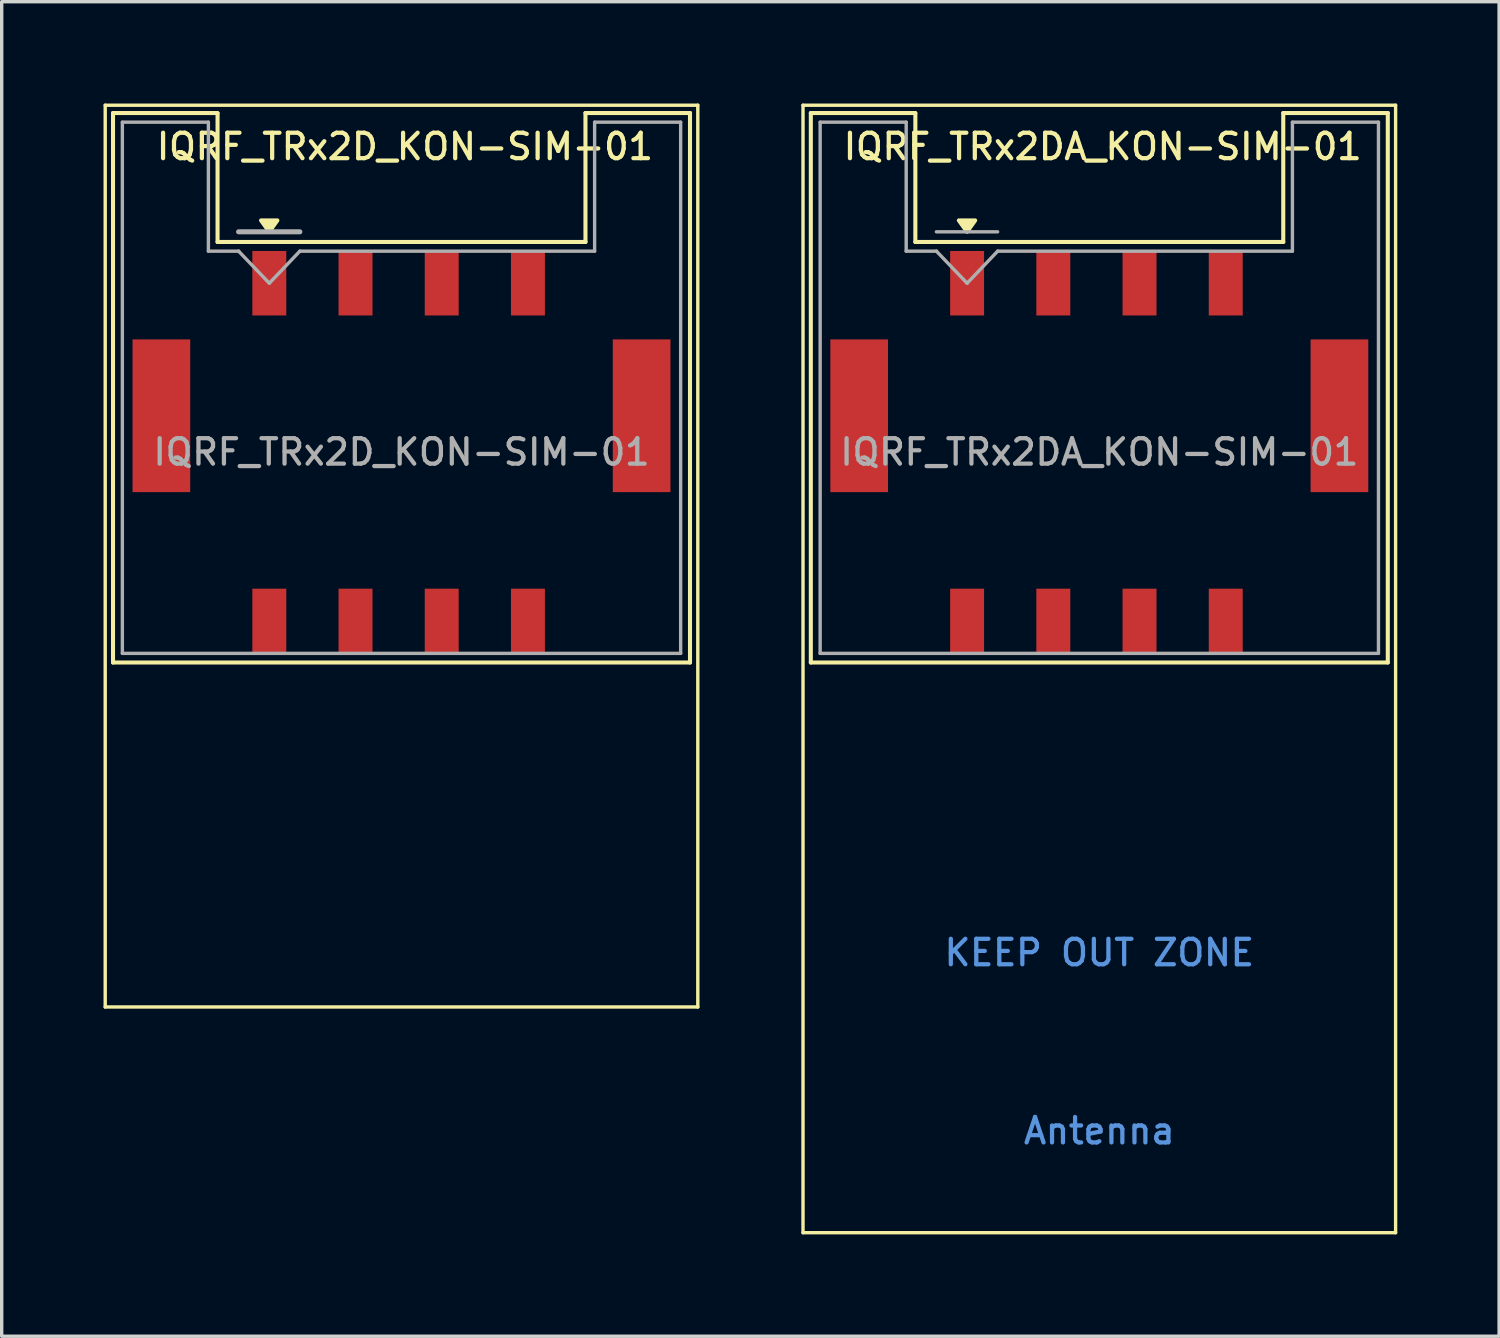
<source format=kicad_pcb>
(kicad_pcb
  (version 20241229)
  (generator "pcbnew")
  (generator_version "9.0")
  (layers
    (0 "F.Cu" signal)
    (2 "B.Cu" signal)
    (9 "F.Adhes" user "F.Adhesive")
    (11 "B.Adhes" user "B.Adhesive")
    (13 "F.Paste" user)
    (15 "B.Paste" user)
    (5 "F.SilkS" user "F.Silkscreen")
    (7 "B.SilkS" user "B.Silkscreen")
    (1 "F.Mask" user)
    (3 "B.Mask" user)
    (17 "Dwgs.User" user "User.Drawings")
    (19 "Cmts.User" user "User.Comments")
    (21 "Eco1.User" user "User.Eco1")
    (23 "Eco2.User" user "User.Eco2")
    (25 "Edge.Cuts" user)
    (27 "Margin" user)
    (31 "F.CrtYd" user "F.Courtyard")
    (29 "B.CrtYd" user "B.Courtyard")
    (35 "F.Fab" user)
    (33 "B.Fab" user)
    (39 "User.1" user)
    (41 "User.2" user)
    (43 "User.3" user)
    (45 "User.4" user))
  (footprint "IQRF_TRx2D_KON-SIM-01"
    (layer "F.Cu")
    (at 8.78 10.27)
    (property "Reference" "IQRF_TRx2D_KON-SIM-01" (at 0.1 -9 0) (layer "F.SilkS") (effects (font (size 0.75 0.75) (thickness 0.125))))
    (attr smd)
    (fp_line (start -8.73 -10.22) (end 8.73 -10.22) (stroke (width 0.1) (type solid)) (layer "F.SilkS"))
    (fp_line (start -8.73 16.35) (end -8.73 -10.22) (stroke (width 0.1) (type solid)) (layer "F.SilkS"))
    (fp_line (start -8.73 16.35) (end 8.73 16.35) (stroke (width 0.1) (type solid)) (layer "F.SilkS"))
    (fp_line (start -8.5 -9.99) (end -5.42 -9.99) (stroke (width 0.12) (type solid)) (layer "F.SilkS"))
    (fp_line (start -8.5 6.2) (end -8.5 -9.99) (stroke (width 0.12) (type solid)) (layer "F.SilkS"))
    (fp_line (start -8.5 6.2) (end 8.5 6.2) (stroke (width 0.12) (type solid)) (layer "F.SilkS"))
    (fp_line (start -5.42 -9.98) (end -5.42 -6.19) (stroke (width 0.12) (type solid)) (layer "F.SilkS"))
    (fp_line (start -5.42 -6.19) (end 5.42 -6.19) (stroke (width 0.12) (type solid)) (layer "F.SilkS"))
    (fp_line (start 5.42 -9.99) (end 8.5 -9.99) (stroke (width 0.12) (type solid)) (layer "F.SilkS"))
    (fp_line (start 5.42 -6.19) (end 5.42 -9.99) (stroke (width 0.12) (type solid)) (layer "F.SilkS"))
    (fp_line (start 8.5 6.2) (end 8.5 -9.99) (stroke (width 0.12) (type solid)) (layer "F.SilkS"))
    (fp_line (start 8.73 16.35) (end 8.73 -10.22) (stroke (width 0.1) (type solid)) (layer "F.SilkS"))
    (fp_poly (pts (xy -3.897 -6.49) (xy -4.138 -6.826) (xy -3.658 -6.826) (xy -3.897 -6.49)) (stroke (width 0.12) (type solid)) (fill yes) (layer "F.SilkS"))
    (fp_line (start -8.225 -9.72) (end -8.225 5.93) (stroke (width 0.1) (type solid)) (layer "F.Fab"))
    (fp_line (start -8.225 -9.72) (end -5.69 -9.72) (stroke (width 0.1) (type solid)) (layer "F.Fab"))
    (fp_line (start -8.225 5.93) (end 8.225 5.93) (stroke (width 0.1) (type solid)) (layer "F.Fab"))
    (fp_line (start -5.69 -9.72) (end -5.69 -5.92) (stroke (width 0.1) (type solid)) (layer "F.Fab"))
    (fp_line (start -5.69 -5.92) (end -4.795 -5.92) (stroke (width 0.1) (type solid)) (layer "F.Fab"))
    (fp_line (start -4.8 -6.49) (end -2.995 -6.49) (stroke (width 0.15) (type solid)) (layer "F.Fab"))
    (fp_line (start -4.8 -5.92) (end -3.895 -4.975) (stroke (width 0.1) (type solid)) (layer "F.Fab"))
    (fp_line (start -3.895 -4.975) (end -2.995 -5.92) (stroke (width 0.1) (type solid)) (layer "F.Fab"))
    (fp_line (start -2.995 -5.92) (end 5.69 -5.92) (stroke (width 0.1) (type solid)) (layer "F.Fab"))
    (fp_line (start 5.69 -9.72) (end 5.69 -5.92) (stroke (width 0.1) (type solid)) (layer "F.Fab"))
    (fp_line (start 5.69 -9.72) (end 8.225 -9.72) (stroke (width 0.1) (type solid)) (layer "F.Fab"))
    (fp_line (start 8.225 5.93) (end 8.225 -9.72) (stroke (width 0.1) (type solid)) (layer "F.Fab"))
    (fp_text user "${REFERENCE}" (at 0 0 0) (layer "F.Fab") (effects (font (size 0.75 0.75) (thickness 0.125))))
    (pad "" smd rect (at -7.075 -1.07) (size 1.7 4.5) (layers "F.Cu" "F.Mask" "F.Paste"))
    (pad "" smd rect (at 7.075 -1.07) (size 1.7 4.5) (layers "F.Cu" "F.Mask" "F.Paste"))
    (pad "C1" smd rect (at -3.895 -4.975) (size 1 1.9) (layers "F.Cu" "F.Mask" "F.Paste"))
    (pad "C2" smd rect (at -1.355 -4.975) (size 1 1.9) (layers "F.Cu" "F.Mask" "F.Paste"))
    (pad "C3" smd rect (at 1.185 -4.975) (size 1 1.9) (layers "F.Cu" "F.Mask" "F.Paste"))
    (pad "C4" smd rect (at 3.725 -4.975) (size 1 1.9) (layers "F.Cu" "F.Mask" "F.Paste"))
    (pad "C5" smd rect (at -3.895 4.975) (size 1 1.9) (layers "F.Cu" "F.Mask" "F.Paste"))
    (pad "C6" smd rect (at -1.355 4.975) (size 1 1.9) (layers "F.Cu" "F.Mask" "F.Paste"))
    (pad "C7" smd rect (at 1.185 4.975) (size 1 1.9) (layers "F.Cu" "F.Mask" "F.Paste"))
    (pad "C8" smd rect (at 3.725 4.975) (size 1 1.9) (layers "F.Cu" "F.Mask" "F.Paste")))
  (footprint "IQRF_TRx2DA_KON-SIM-01"
    (layer "F.Cu")
    (at 29.34 10.27)
    (property "Reference" "IQRF_TRx2DA_KON-SIM-01" (at 0.1 -9 0) (layer "F.SilkS") (effects (font (size 0.75 0.75) (thickness 0.125))))
    (attr smd)
    (fp_line (start -8.73 -10.22) (end 8.73 -10.22) (stroke (width 0.1) (type solid)) (layer "F.SilkS"))
    (fp_line (start -8.73 23) (end -8.73 -10.22) (stroke (width 0.1) (type solid)) (layer "F.SilkS"))
    (fp_line (start -8.73 23) (end 8.73 23) (stroke (width 0.1) (type solid)) (layer "F.SilkS"))
    (fp_line (start -8.5 -9.99) (end -5.42 -9.99) (stroke (width 0.12) (type solid)) (layer "F.SilkS"))
    (fp_line (start -8.5 6.2) (end -8.5 -9.99) (stroke (width 0.12) (type solid)) (layer "F.SilkS"))
    (fp_line (start -8.5 6.2) (end 8.5 6.2) (stroke (width 0.12) (type solid)) (layer "F.SilkS"))
    (fp_line (start -5.42 -9.98) (end -5.42 -6.19) (stroke (width 0.12) (type solid)) (layer "F.SilkS"))
    (fp_line (start -5.42 -6.19) (end 5.42 -6.19) (stroke (width 0.12) (type solid)) (layer "F.SilkS"))
    (fp_line (start 5.42 -9.99) (end 8.5 -9.99) (stroke (width 0.12) (type solid)) (layer "F.SilkS"))
    (fp_line (start 5.42 -6.19) (end 5.42 -9.99) (stroke (width 0.12) (type solid)) (layer "F.SilkS"))
    (fp_line (start 8.5 6.2) (end 8.5 -9.99) (stroke (width 0.12) (type solid)) (layer "F.SilkS"))
    (fp_line (start 8.73 23) (end 8.73 -10.22) (stroke (width 0.1) (type solid)) (layer "F.SilkS"))
    (fp_poly (pts (xy -3.897 -6.49) (xy -4.138 -6.826) (xy -3.658 -6.826) (xy -3.897 -6.49)) (stroke (width 0.12) (type solid)) (fill yes) (layer "F.SilkS"))
    (fp_line (start -8.225 -9.72) (end -8.225 5.93) (stroke (width 0.1) (type solid)) (layer "F.Fab"))
    (fp_line (start -8.225 -9.72) (end -5.69 -9.72) (stroke (width 0.1) (type solid)) (layer "F.Fab"))
    (fp_line (start -8.225 5.93) (end 8.225 5.93) (stroke (width 0.1) (type solid)) (layer "F.Fab"))
    (fp_line (start -5.69 -9.72) (end -5.69 -5.92) (stroke (width 0.1) (type solid)) (layer "F.Fab"))
    (fp_line (start -5.69 -5.92) (end -4.795 -5.92) (stroke (width 0.1) (type solid)) (layer "F.Fab"))
    (fp_line (start -4.8 -6.49) (end -2.995 -6.49) (stroke (width 0.1) (type solid)) (layer "F.Fab"))
    (fp_line (start -4.8 -5.92) (end -3.895 -4.975) (stroke (width 0.1) (type solid)) (layer "F.Fab"))
    (fp_line (start -3.895 -4.975) (end -2.995 -5.92) (stroke (width 0.1) (type solid)) (layer "F.Fab"))
    (fp_line (start -2.995 -5.92) (end 5.69 -5.92) (stroke (width 0.1) (type solid)) (layer "F.Fab"))
    (fp_line (start 5.69 -9.72) (end 5.69 -5.92) (stroke (width 0.1) (type solid)) (layer "F.Fab"))
    (fp_line (start 5.69 -9.72) (end 8.225 -9.72) (stroke (width 0.1) (type solid)) (layer "F.Fab"))
    (fp_line (start 8.225 5.93) (end 8.225 -9.72) (stroke (width 0.1) (type solid)) (layer "F.Fab"))
    (fp_text user "Antenna" (at 0 20 0) (layer "Cmts.User") (effects (font (size 0.75 0.75) (thickness 0.125))))
    (fp_text user "KEEP OUT ZONE" (at 0 14.75 0) (layer "Cmts.User") (effects (font (size 0.75 0.75) (thickness 0.125))))
    (fp_text user "${REFERENCE}" (at 0 0 0) (layer "F.Fab") (effects (font (size 0.75 0.75) (thickness 0.125))))
    (pad "" smd rect (at -7.075 -1.07) (size 1.7 4.5) (layers "F.Cu" "F.Mask" "F.Paste"))
    (pad "" smd rect (at 7.075 -1.07) (size 1.7 4.5) (layers "F.Cu" "F.Mask" "F.Paste"))
    (pad "C1" smd rect (at -3.895 -4.975) (size 1 1.9) (layers "F.Cu" "F.Mask" "F.Paste"))
    (pad "C2" smd rect (at -1.355 -4.975) (size 1 1.9) (layers "F.Cu" "F.Mask" "F.Paste"))
    (pad "C3" smd rect (at 1.185 -4.975) (size 1 1.9) (layers "F.Cu" "F.Mask" "F.Paste"))
    (pad "C4" smd rect (at 3.725 -4.975) (size 1 1.9) (layers "F.Cu" "F.Mask" "F.Paste"))
    (pad "C5" smd rect (at -3.895 4.975) (size 1 1.9) (layers "F.Cu" "F.Mask" "F.Paste"))
    (pad "C6" smd rect (at -1.355 4.975) (size 1 1.9) (layers "F.Cu" "F.Mask" "F.Paste"))
    (pad "C7" smd rect (at 1.185 4.975) (size 1 1.9) (layers "F.Cu" "F.Mask" "F.Paste"))
    (pad "C8" smd rect (at 3.725 4.975) (size 1 1.9) (layers "F.Cu" "F.Mask" "F.Paste"))
    (zone (net_name "") (layer "F.Cu") (hatch full 0.508) (connect_pads) (min_thickness 0.254) (filled_areas_thickness no) (keepout (tracks not_allowed) (vias not_allowed) (pads not_allowed) (copperpour not_allowed) (footprints not_allowed)) (placement (enabled no)) (fill) (polygon (pts (xy 20.84 22.02) (xy 37.84 22.02) (xy 37.84 33.02) (xy 20.84 33.02)))))
  (gr_rect
    (start -3 -3)
    (end 41.12 36.32)
    (stroke (width 0.1) (type default))
    (fill no)
    (layer "Edge.Cuts")))
</source>
